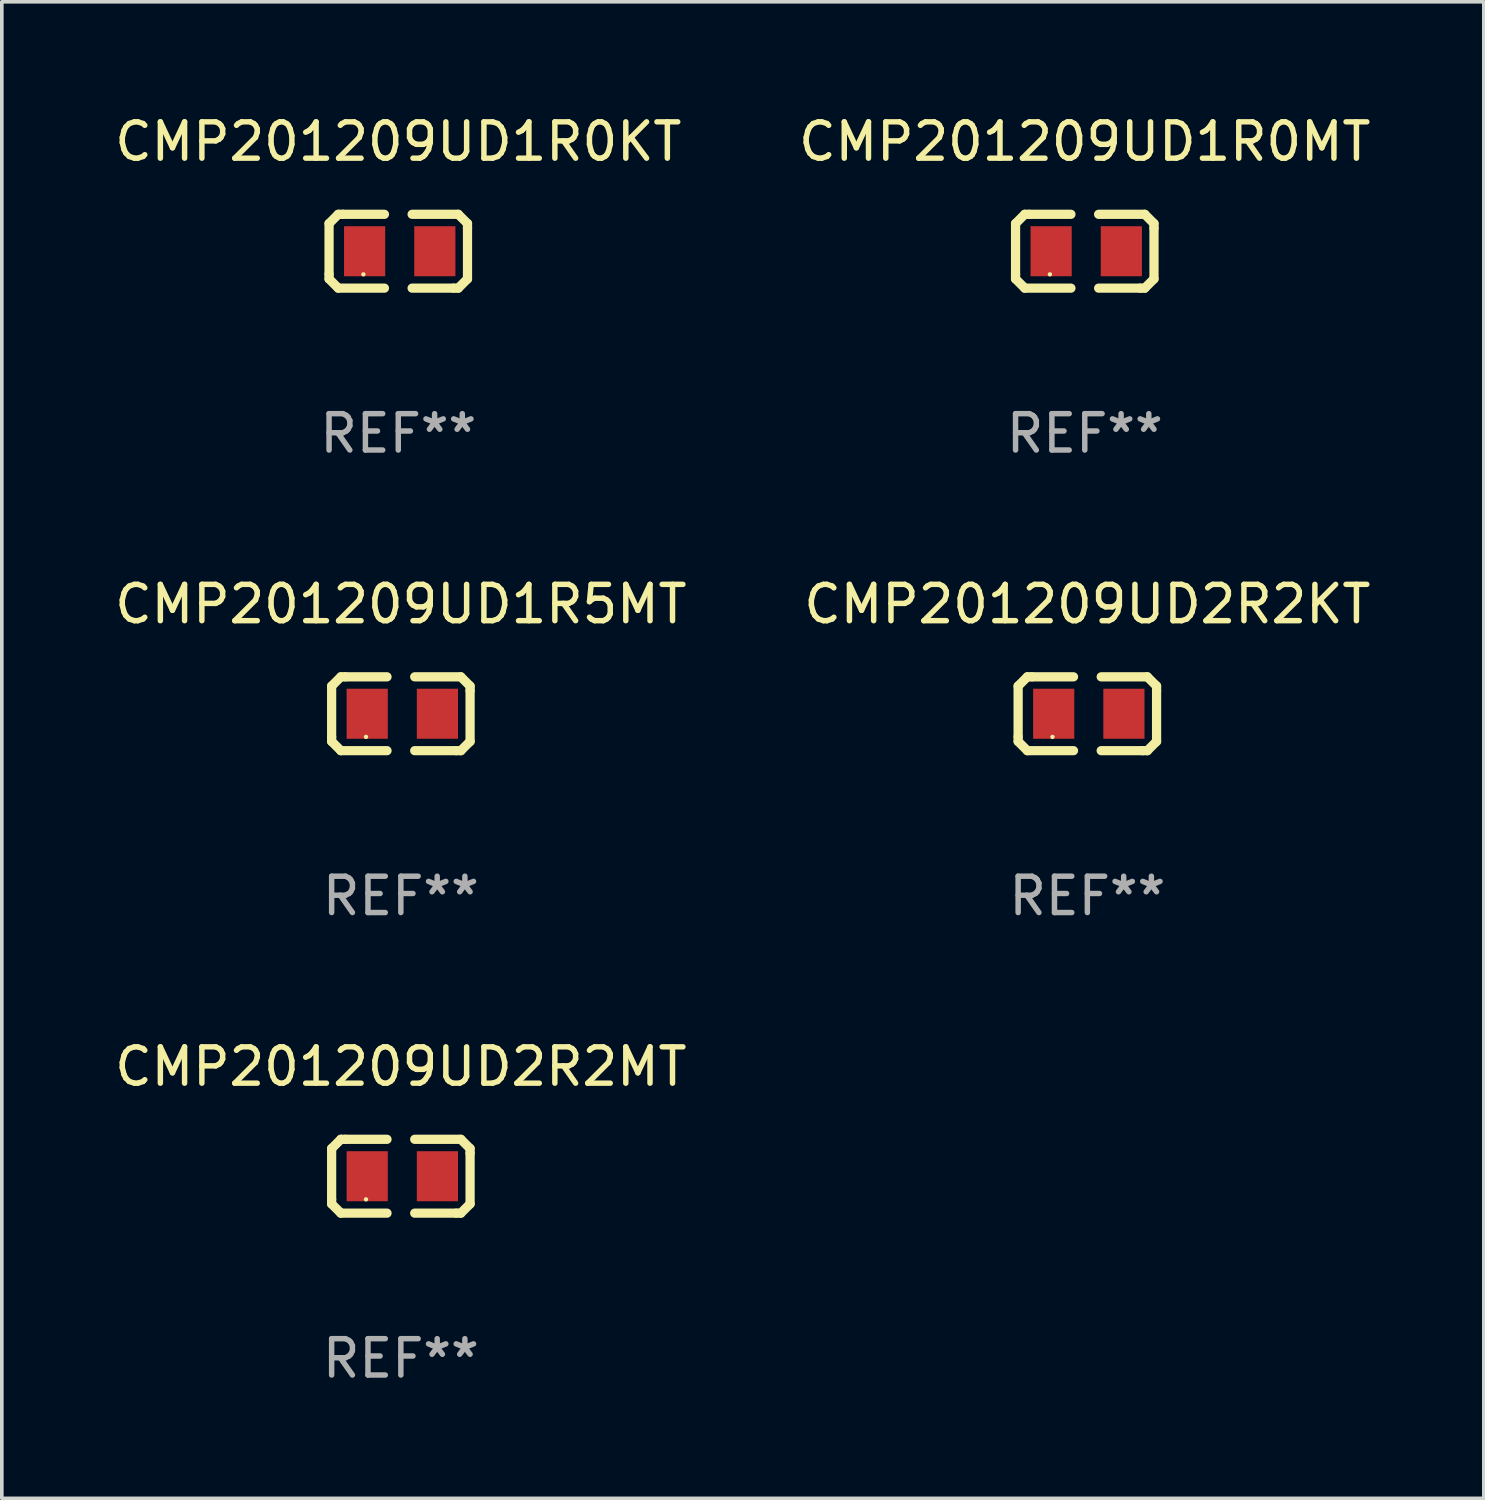
<source format=kicad_pcb>
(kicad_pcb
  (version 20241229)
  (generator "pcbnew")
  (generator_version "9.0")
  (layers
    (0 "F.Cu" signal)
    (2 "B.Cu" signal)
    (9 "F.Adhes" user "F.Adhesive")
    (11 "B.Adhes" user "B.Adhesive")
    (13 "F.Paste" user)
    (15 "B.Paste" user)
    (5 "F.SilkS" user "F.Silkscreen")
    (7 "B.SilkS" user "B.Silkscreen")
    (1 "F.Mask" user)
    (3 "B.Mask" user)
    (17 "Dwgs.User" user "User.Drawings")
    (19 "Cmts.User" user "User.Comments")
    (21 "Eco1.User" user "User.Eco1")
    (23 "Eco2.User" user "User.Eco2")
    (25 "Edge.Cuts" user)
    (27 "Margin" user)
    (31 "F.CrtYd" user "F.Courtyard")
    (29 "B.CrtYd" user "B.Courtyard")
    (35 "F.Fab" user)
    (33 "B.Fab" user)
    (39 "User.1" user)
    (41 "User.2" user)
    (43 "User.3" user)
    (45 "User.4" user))
  (footprint "CMP201209UD2R2MT"
    (layer "F.Cu")
    (at 7.982 29.321)
    (property "Reference" "CMP201209UD2R2MT" (at 0 -3.016 0) (layer "F.SilkS") (effects (font (size 1 1) (thickness 0.15))))
    (attr through_hole)
    (fp_line (start -1.905 -0.762) (end -1.905 0.635) (stroke (width 0.254) (type solid)) (layer "F.SilkS"))
    (fp_line (start -1.905 0.635) (end -1.905 0.762) (stroke (width 0.254) (type solid)) (layer "F.SilkS"))
    (fp_line (start -1.905 0.762) (end -1.651 1.016) (stroke (width 0.254) (type solid)) (layer "F.SilkS"))
    (fp_line (start -1.651 -1.016) (end -1.905 -0.762) (stroke (width 0.254) (type solid)) (layer "F.SilkS"))
    (fp_line (start -1.651 1.016) (end -0.381 1.016) (stroke (width 0.254) (type solid)) (layer "F.SilkS"))
    (fp_line (start -1.524 -1.016) (end -1.651 -1.016) (stroke (width 0.254) (type solid)) (layer "F.SilkS"))
    (fp_line (start -0.381 -1.016) (end -1.524 -1.016) (stroke (width 0.254) (type solid)) (layer "F.SilkS"))
    (fp_line (start 0.381 1.016) (end 1.524 1.016) (stroke (width 0.254) (type solid)) (layer "F.SilkS"))
    (fp_line (start 1.524 1.016) (end 1.651 1.016) (stroke (width 0.254) (type solid)) (layer "F.SilkS"))
    (fp_line (start 1.651 -1.016) (end 0.381 -1.016) (stroke (width 0.254) (type solid)) (layer "F.SilkS"))
    (fp_line (start 1.651 1.016) (end 1.905 0.762) (stroke (width 0.254) (type solid)) (layer "F.SilkS"))
    (fp_line (start 1.905 -0.762) (end 1.651 -1.016) (stroke (width 0.254) (type solid)) (layer "F.SilkS"))
    (fp_line (start 1.905 -0.635) (end 1.905 -0.762) (stroke (width 0.254) (type solid)) (layer "F.SilkS"))
    (fp_line (start 1.905 0.762) (end 1.905 -0.635) (stroke (width 0.254) (type solid)) (layer "F.SilkS"))
    (fp_circle (center -0.96 0.637) (end -0.93 0.637) (stroke (width 0.06) (type solid)) (fill no) (layer "F.SilkS"))
    (fp_text user "REF**" (at 0 5.016 0) (layer "F.Fab") (effects (font (size 1 1) (thickness 0.15))))
    (pad "1" smd rect (at -0.926 -0.000051) (size 1.133 1.377) (layers "F.Cu" "F.Mask" "F.Paste"))
    (pad "2" smd rect (at 1.006 -0.000051) (size 1.133 1.377) (layers "F.Cu" "F.Mask" "F.Paste")))
  (footprint "CMP201209UD1R5MT"
    (layer "F.Cu")
    (at 7.982 16.593)
    (property "Reference" "CMP201209UD1R5MT" (at 0 -3.016 0) (layer "F.SilkS") (effects (font (size 1 1) (thickness 0.15))))
    (attr through_hole)
    (fp_line (start -1.905 -0.762) (end -1.905 0.635) (stroke (width 0.254) (type solid)) (layer "F.SilkS"))
    (fp_line (start -1.905 0.635) (end -1.905 0.762) (stroke (width 0.254) (type solid)) (layer "F.SilkS"))
    (fp_line (start -1.905 0.762) (end -1.651 1.016) (stroke (width 0.254) (type solid)) (layer "F.SilkS"))
    (fp_line (start -1.651 -1.016) (end -1.905 -0.762) (stroke (width 0.254) (type solid)) (layer "F.SilkS"))
    (fp_line (start -1.651 1.016) (end -0.381 1.016) (stroke (width 0.254) (type solid)) (layer "F.SilkS"))
    (fp_line (start -1.524 -1.016) (end -1.651 -1.016) (stroke (width 0.254) (type solid)) (layer "F.SilkS"))
    (fp_line (start -0.381 -1.016) (end -1.524 -1.016) (stroke (width 0.254) (type solid)) (layer "F.SilkS"))
    (fp_line (start 0.381 1.016) (end 1.524 1.016) (stroke (width 0.254) (type solid)) (layer "F.SilkS"))
    (fp_line (start 1.524 1.016) (end 1.651 1.016) (stroke (width 0.254) (type solid)) (layer "F.SilkS"))
    (fp_line (start 1.651 -1.016) (end 0.381 -1.016) (stroke (width 0.254) (type solid)) (layer "F.SilkS"))
    (fp_line (start 1.651 1.016) (end 1.905 0.762) (stroke (width 0.254) (type solid)) (layer "F.SilkS"))
    (fp_line (start 1.905 -0.762) (end 1.651 -1.016) (stroke (width 0.254) (type solid)) (layer "F.SilkS"))
    (fp_line (start 1.905 -0.635) (end 1.905 -0.762) (stroke (width 0.254) (type solid)) (layer "F.SilkS"))
    (fp_line (start 1.905 0.762) (end 1.905 -0.635) (stroke (width 0.254) (type solid)) (layer "F.SilkS"))
    (fp_circle (center -0.96 0.637) (end -0.93 0.637) (stroke (width 0.06) (type solid)) (fill no) (layer "F.SilkS"))
    (fp_text user "REF**" (at 0 5.016 0) (layer "F.Fab") (effects (font (size 1 1) (thickness 0.15))))
    (pad "1" smd rect (at -0.926 -0.000051) (size 1.133 1.377) (layers "F.Cu" "F.Mask" "F.Paste"))
    (pad "2" smd rect (at 1.006 -0.000051) (size 1.133 1.377) (layers "F.Cu" "F.Mask" "F.Paste")))
  (footprint "CMP201209UD2R2KT"
    (layer "F.Cu")
    (at 26.875 16.593)
    (property "Reference" "CMP201209UD2R2KT" (at 0 -3.016 0) (layer "F.SilkS") (effects (font (size 1 1) (thickness 0.15))))
    (attr through_hole)
    (fp_line (start -1.905 -0.762) (end -1.905 0.635) (stroke (width 0.254) (type solid)) (layer "F.SilkS"))
    (fp_line (start -1.905 0.635) (end -1.905 0.762) (stroke (width 0.254) (type solid)) (layer "F.SilkS"))
    (fp_line (start -1.905 0.762) (end -1.651 1.016) (stroke (width 0.254) (type solid)) (layer "F.SilkS"))
    (fp_line (start -1.651 -1.016) (end -1.905 -0.762) (stroke (width 0.254) (type solid)) (layer "F.SilkS"))
    (fp_line (start -1.651 1.016) (end -0.381 1.016) (stroke (width 0.254) (type solid)) (layer "F.SilkS"))
    (fp_line (start -1.524 -1.016) (end -1.651 -1.016) (stroke (width 0.254) (type solid)) (layer "F.SilkS"))
    (fp_line (start -0.381 -1.016) (end -1.524 -1.016) (stroke (width 0.254) (type solid)) (layer "F.SilkS"))
    (fp_line (start 0.381 1.016) (end 1.524 1.016) (stroke (width 0.254) (type solid)) (layer "F.SilkS"))
    (fp_line (start 1.524 1.016) (end 1.651 1.016) (stroke (width 0.254) (type solid)) (layer "F.SilkS"))
    (fp_line (start 1.651 -1.016) (end 0.381 -1.016) (stroke (width 0.254) (type solid)) (layer "F.SilkS"))
    (fp_line (start 1.651 1.016) (end 1.905 0.762) (stroke (width 0.254) (type solid)) (layer "F.SilkS"))
    (fp_line (start 1.905 -0.762) (end 1.651 -1.016) (stroke (width 0.254) (type solid)) (layer "F.SilkS"))
    (fp_line (start 1.905 -0.635) (end 1.905 -0.762) (stroke (width 0.254) (type solid)) (layer "F.SilkS"))
    (fp_line (start 1.905 0.762) (end 1.905 -0.635) (stroke (width 0.254) (type solid)) (layer "F.SilkS"))
    (fp_circle (center -0.96 0.637) (end -0.93 0.637) (stroke (width 0.06) (type solid)) (fill no) (layer "F.SilkS"))
    (fp_text user "REF**" (at 0 5.016 0) (layer "F.Fab") (effects (font (size 1 1) (thickness 0.15))))
    (pad "1" smd rect (at -0.926 -0.000051) (size 1.133 1.377) (layers "F.Cu" "F.Mask" "F.Paste"))
    (pad "2" smd rect (at 1.006 -0.000051) (size 1.133 1.377) (layers "F.Cu" "F.Mask" "F.Paste")))
  (footprint "CMP201209UD1R0KT"
    (layer "F.Cu")
    (at 7.911 3.864)
    (property "Reference" "CMP201209UD1R0KT" (at 0 -3.016 0) (layer "F.SilkS") (effects (font (size 1 1) (thickness 0.15))))
    (attr through_hole)
    (fp_line (start -1.905 -0.762) (end -1.905 0.635) (stroke (width 0.254) (type solid)) (layer "F.SilkS"))
    (fp_line (start -1.905 0.635) (end -1.905 0.762) (stroke (width 0.254) (type solid)) (layer "F.SilkS"))
    (fp_line (start -1.905 0.762) (end -1.651 1.016) (stroke (width 0.254) (type solid)) (layer "F.SilkS"))
    (fp_line (start -1.651 -1.016) (end -1.905 -0.762) (stroke (width 0.254) (type solid)) (layer "F.SilkS"))
    (fp_line (start -1.651 1.016) (end -0.381 1.016) (stroke (width 0.254) (type solid)) (layer "F.SilkS"))
    (fp_line (start -1.524 -1.016) (end -1.651 -1.016) (stroke (width 0.254) (type solid)) (layer "F.SilkS"))
    (fp_line (start -0.381 -1.016) (end -1.524 -1.016) (stroke (width 0.254) (type solid)) (layer "F.SilkS"))
    (fp_line (start 0.381 1.016) (end 1.524 1.016) (stroke (width 0.254) (type solid)) (layer "F.SilkS"))
    (fp_line (start 1.524 1.016) (end 1.651 1.016) (stroke (width 0.254) (type solid)) (layer "F.SilkS"))
    (fp_line (start 1.651 -1.016) (end 0.381 -1.016) (stroke (width 0.254) (type solid)) (layer "F.SilkS"))
    (fp_line (start 1.651 1.016) (end 1.905 0.762) (stroke (width 0.254) (type solid)) (layer "F.SilkS"))
    (fp_line (start 1.905 -0.762) (end 1.651 -1.016) (stroke (width 0.254) (type solid)) (layer "F.SilkS"))
    (fp_line (start 1.905 -0.635) (end 1.905 -0.762) (stroke (width 0.254) (type solid)) (layer "F.SilkS"))
    (fp_line (start 1.905 0.762) (end 1.905 -0.635) (stroke (width 0.254) (type solid)) (layer "F.SilkS"))
    (fp_circle (center -0.96 0.637) (end -0.93 0.637) (stroke (width 0.06) (type solid)) (fill no) (layer "F.SilkS"))
    (fp_text user "REF**" (at 0 5.016 0) (layer "F.Fab") (effects (font (size 1 1) (thickness 0.15))))
    (pad "1" smd rect (at -0.926 -0.000051) (size 1.133 1.377) (layers "F.Cu" "F.Mask" "F.Paste"))
    (pad "2" smd rect (at 1.006 -0.000051) (size 1.133 1.377) (layers "F.Cu" "F.Mask" "F.Paste")))
  (footprint "CMP201209UD1R0MT"
    (layer "F.Cu")
    (at 26.804 3.864)
    (property "Reference" "CMP201209UD1R0MT" (at 0 -3.016 0) (layer "F.SilkS") (effects (font (size 1 1) (thickness 0.15))))
    (attr through_hole)
    (fp_line (start -1.905 -0.762) (end -1.905 0.635) (stroke (width 0.254) (type solid)) (layer "F.SilkS"))
    (fp_line (start -1.905 0.635) (end -1.905 0.762) (stroke (width 0.254) (type solid)) (layer "F.SilkS"))
    (fp_line (start -1.905 0.762) (end -1.651 1.016) (stroke (width 0.254) (type solid)) (layer "F.SilkS"))
    (fp_line (start -1.651 -1.016) (end -1.905 -0.762) (stroke (width 0.254) (type solid)) (layer "F.SilkS"))
    (fp_line (start -1.651 1.016) (end -0.381 1.016) (stroke (width 0.254) (type solid)) (layer "F.SilkS"))
    (fp_line (start -1.524 -1.016) (end -1.651 -1.016) (stroke (width 0.254) (type solid)) (layer "F.SilkS"))
    (fp_line (start -0.381 -1.016) (end -1.524 -1.016) (stroke (width 0.254) (type solid)) (layer "F.SilkS"))
    (fp_line (start 0.381 1.016) (end 1.524 1.016) (stroke (width 0.254) (type solid)) (layer "F.SilkS"))
    (fp_line (start 1.524 1.016) (end 1.651 1.016) (stroke (width 0.254) (type solid)) (layer "F.SilkS"))
    (fp_line (start 1.651 -1.016) (end 0.381 -1.016) (stroke (width 0.254) (type solid)) (layer "F.SilkS"))
    (fp_line (start 1.651 1.016) (end 1.905 0.762) (stroke (width 0.254) (type solid)) (layer "F.SilkS"))
    (fp_line (start 1.905 -0.762) (end 1.651 -1.016) (stroke (width 0.254) (type solid)) (layer "F.SilkS"))
    (fp_line (start 1.905 -0.635) (end 1.905 -0.762) (stroke (width 0.254) (type solid)) (layer "F.SilkS"))
    (fp_line (start 1.905 0.762) (end 1.905 -0.635) (stroke (width 0.254) (type solid)) (layer "F.SilkS"))
    (fp_circle (center -0.96 0.637) (end -0.93 0.637) (stroke (width 0.06) (type solid)) (fill no) (layer "F.SilkS"))
    (fp_text user "REF**" (at 0 5.016 0) (layer "F.Fab") (effects (font (size 1 1) (thickness 0.15))))
    (pad "1" smd rect (at -0.926 -0.000051) (size 1.133 1.377) (layers "F.Cu" "F.Mask" "F.Paste"))
    (pad "2" smd rect (at 1.006 -0.000051) (size 1.133 1.377) (layers "F.Cu" "F.Mask" "F.Paste")))
  (gr_rect
    (start -3 -3)
    (end 37.786 38.186)
    (stroke (width 0.1) (type default))
    (fill no)
    (layer "Edge.Cuts")))
</source>
